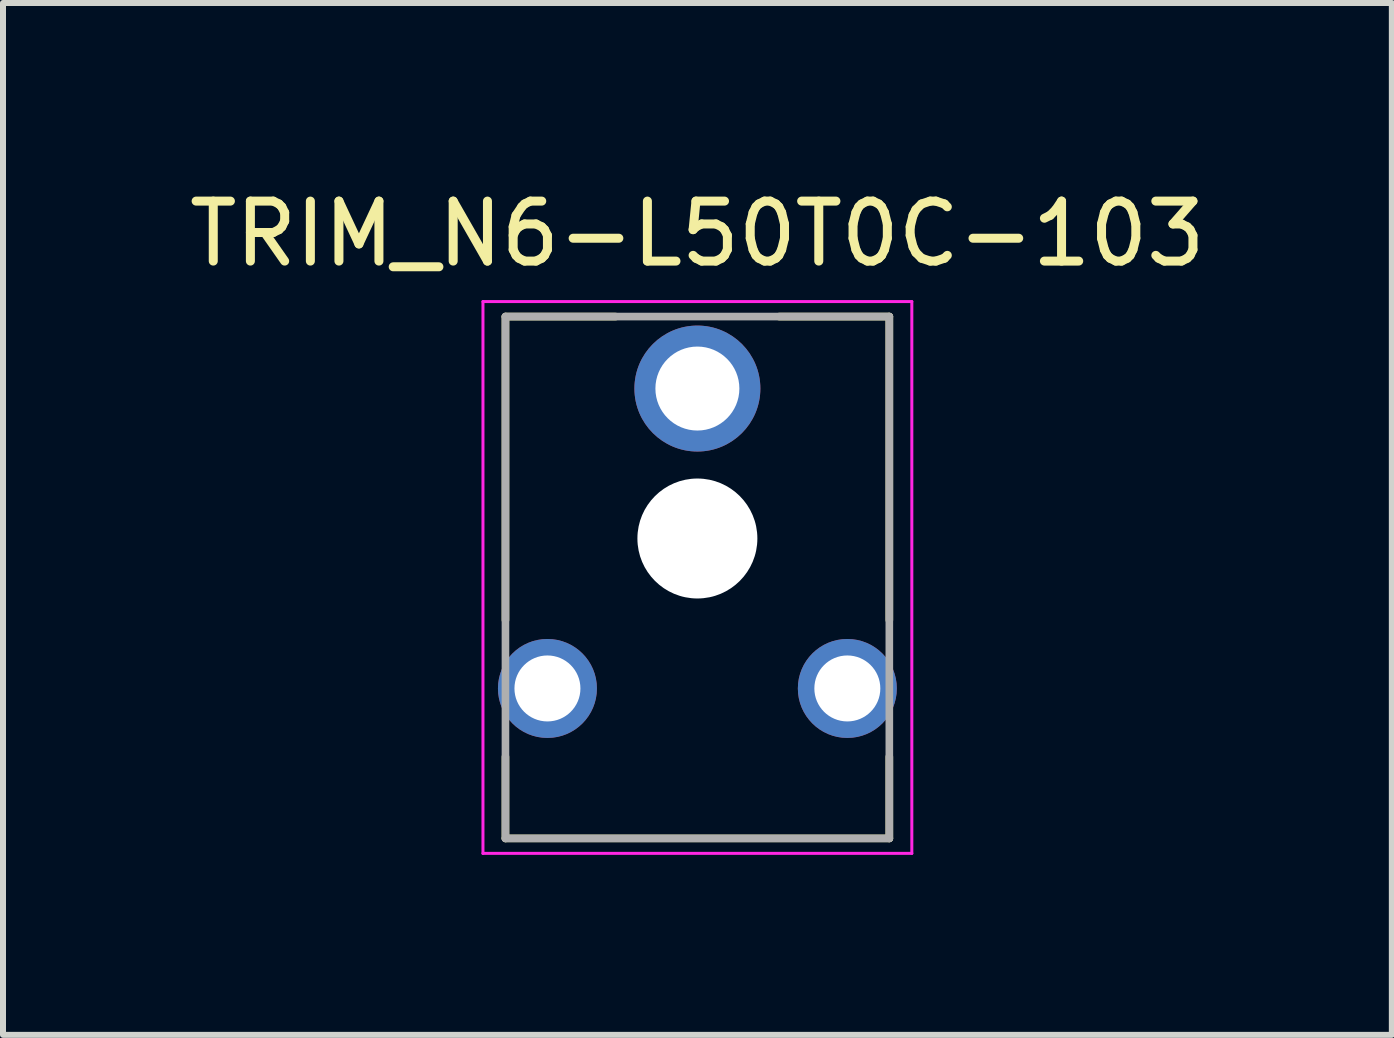
<source format=kicad_pcb>
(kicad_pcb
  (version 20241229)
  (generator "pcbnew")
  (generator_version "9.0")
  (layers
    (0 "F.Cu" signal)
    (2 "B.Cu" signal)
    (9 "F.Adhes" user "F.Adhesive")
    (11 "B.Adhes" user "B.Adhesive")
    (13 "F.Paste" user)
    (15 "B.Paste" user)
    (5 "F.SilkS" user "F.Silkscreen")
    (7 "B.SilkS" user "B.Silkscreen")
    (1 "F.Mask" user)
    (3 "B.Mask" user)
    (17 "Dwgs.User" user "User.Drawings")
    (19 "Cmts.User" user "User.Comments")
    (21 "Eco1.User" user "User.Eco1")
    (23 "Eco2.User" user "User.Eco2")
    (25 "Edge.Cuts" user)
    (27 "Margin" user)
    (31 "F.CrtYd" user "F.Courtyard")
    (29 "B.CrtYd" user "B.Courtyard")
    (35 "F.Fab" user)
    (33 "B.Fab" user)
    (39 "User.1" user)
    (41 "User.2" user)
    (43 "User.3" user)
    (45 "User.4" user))
  (footprint "TRIM_N6-L50T0C-103"
    (layer "F.Cu")
    (at 8.577 5.928)
    (property "Reference" "TRIM_N6-L50T0C-103" (at 0 -5.08 0) (layer "F.SilkS") (effects (font (size 1 1) (thickness 0.15))))
    (attr through_hole)
    (fp_line (start -3.2 -3.7) (end -1.363 -3.7) (stroke (width 0.127) (type solid)) (layer "F.SilkS"))
    (fp_line (start -3.2 1.361) (end -3.2 -3.7) (stroke (width 0.127) (type solid)) (layer "F.SilkS"))
    (fp_line (start -3.2 5) (end -3.2 3.639) (stroke (width 0.127) (type solid)) (layer "F.SilkS"))
    (fp_line (start 1.363 -3.7) (end 3.2 -3.7) (stroke (width 0.127) (type solid)) (layer "F.SilkS"))
    (fp_line (start 3.2 -3.7) (end 3.2 1.361) (stroke (width 0.127) (type solid)) (layer "F.SilkS"))
    (fp_line (start 3.2 3.639) (end 3.2 5) (stroke (width 0.127) (type solid)) (layer "F.SilkS"))
    (fp_line (start 3.2 5) (end -3.2 5) (stroke (width 0.127) (type solid)) (layer "F.SilkS"))
    (fp_line (start -3.575 -3.95) (end -3.575 5.25) (stroke (width 0.05) (type solid)) (layer "F.CrtYd"))
    (fp_line (start -3.575 5.25) (end 3.575 5.25) (stroke (width 0.05) (type solid)) (layer "F.CrtYd"))
    (fp_line (start 3.575 -3.95) (end -3.575 -3.95) (stroke (width 0.05) (type solid)) (layer "F.CrtYd"))
    (fp_line (start 3.575 5.25) (end 3.575 -3.95) (stroke (width 0.05) (type solid)) (layer "F.CrtYd"))
    (fp_line (start -3.2 -3.7) (end 3.2 -3.7) (stroke (width 0.127) (type solid)) (layer "F.Fab"))
    (fp_line (start -3.2 5) (end -3.2 -3.7) (stroke (width 0.127) (type solid)) (layer "F.Fab"))
    (fp_line (start 3.2 -3.7) (end 3.2 5) (stroke (width 0.127) (type solid)) (layer "F.Fab"))
    (fp_line (start 3.2 5) (end -3.2 5) (stroke (width 0.127) (type solid)) (layer "F.Fab"))
    (pad "" np_thru_hole circle (at 0 0) (size 2 2) (drill 2) (layers "*.Cu" "*.Mask"))
    (pad "A" thru_hole circle (at -2.5 2.5) (size 1.65 1.65) (drill 1.1) (layers "*.Cu" "*.Mask"))
    (pad "E" thru_hole circle (at 2.5 2.5) (size 1.65 1.65) (drill 1.1) (layers "*.Cu" "*.Mask"))
    (pad "S" thru_hole circle (at 0 -2.5) (size 2.1 2.1) (drill 1.4) (layers "*.Cu" "*.Mask")))
  (gr_rect
    (start -3 -3)
    (end 20.155 14.203)
    (stroke (width 0.1) (type default))
    (fill no)
    (layer "Edge.Cuts")))
</source>
